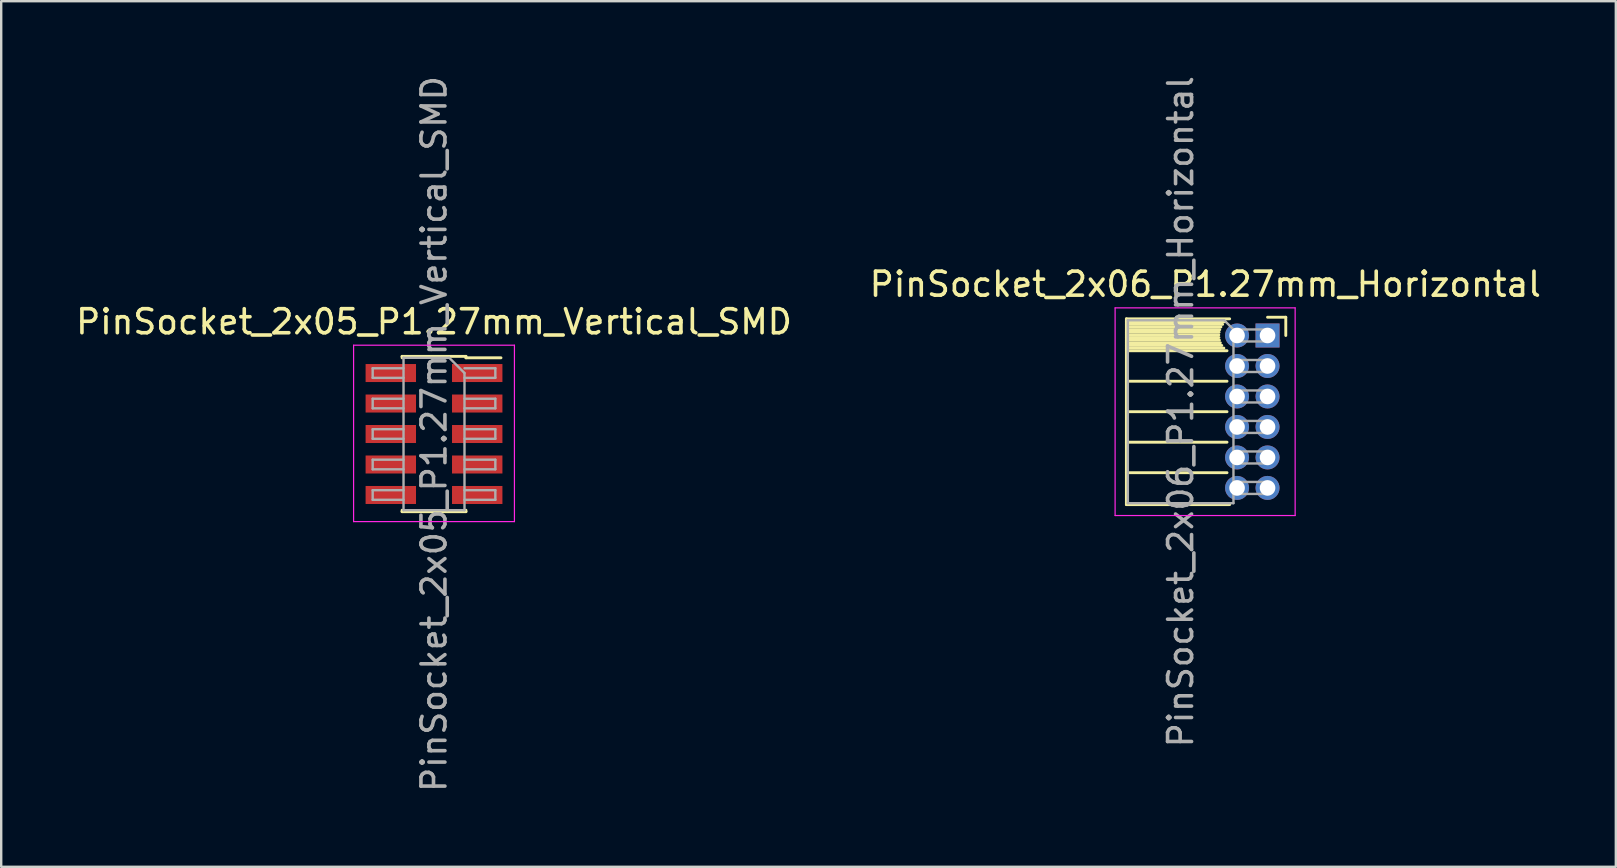
<source format=kicad_pcb>
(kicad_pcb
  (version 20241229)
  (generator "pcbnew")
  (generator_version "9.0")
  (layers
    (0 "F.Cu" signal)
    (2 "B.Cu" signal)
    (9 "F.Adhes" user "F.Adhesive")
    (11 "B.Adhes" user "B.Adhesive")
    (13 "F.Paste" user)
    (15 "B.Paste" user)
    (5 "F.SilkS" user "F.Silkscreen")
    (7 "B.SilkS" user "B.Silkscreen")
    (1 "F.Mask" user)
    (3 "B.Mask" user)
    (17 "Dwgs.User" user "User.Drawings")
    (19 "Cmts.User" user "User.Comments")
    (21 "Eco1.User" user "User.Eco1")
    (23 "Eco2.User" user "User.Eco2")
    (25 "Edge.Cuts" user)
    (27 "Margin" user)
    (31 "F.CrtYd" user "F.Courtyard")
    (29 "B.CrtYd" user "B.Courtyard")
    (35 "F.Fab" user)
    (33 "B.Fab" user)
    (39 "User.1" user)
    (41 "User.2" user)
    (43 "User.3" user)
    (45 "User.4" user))
  (footprint "PinSocket_2x06_P1.27mm_Horizontal"
    (layer "F.Cu")
    (at 49.753 10.926)
    (property "Reference" "PinSocket_2x06_P1.27mm_Horizontal" (at -2.592 -2.135 0) (layer "F.SilkS") (effects (font (size 1 1) (thickness 0.15))))
    (attr through_hole)
    (fp_line (start -5.88 -0.695) (end -5.88 7.045) (stroke (width 0.12) (type solid)) (layer "F.SilkS"))
    (fp_line (start -5.88 -0.695) (end -1.578 -0.695) (stroke (width 0.12) (type solid)) (layer "F.SilkS"))
    (fp_line (start -5.88 -0.575) (end -1.767 -0.575) (stroke (width 0.12) (type solid)) (layer "F.SilkS"))
    (fp_line (start -5.88 -0.465) (end -1.871 -0.465) (stroke (width 0.12) (type solid)) (layer "F.SilkS"))
    (fp_line (start -5.88 -0.355) (end -1.942 -0.355) (stroke (width 0.12) (type solid)) (layer "F.SilkS"))
    (fp_line (start -5.88 -0.245) (end -1.989 -0.245) (stroke (width 0.12) (type solid)) (layer "F.SilkS"))
    (fp_line (start -5.88 -0.135) (end -2.018 -0.135) (stroke (width 0.12) (type solid)) (layer "F.SilkS"))
    (fp_line (start -5.88 -0.025) (end -2.03 -0.025) (stroke (width 0.12) (type solid)) (layer "F.SilkS"))
    (fp_line (start -5.88 0.085) (end -2.025 0.085) (stroke (width 0.12) (type solid)) (layer "F.SilkS"))
    (fp_line (start -5.88 0.195) (end -2.005 0.195) (stroke (width 0.12) (type solid)) (layer "F.SilkS"))
    (fp_line (start -5.88 0.305) (end -1.966 0.305) (stroke (width 0.12) (type solid)) (layer "F.SilkS"))
    (fp_line (start -5.88 0.415) (end -1.907 0.415) (stroke (width 0.12) (type solid)) (layer "F.SilkS"))
    (fp_line (start -5.88 0.525) (end -1.82 0.525) (stroke (width 0.12) (type solid)) (layer "F.SilkS"))
    (fp_line (start -5.88 0.635) (end -1.688 0.635) (stroke (width 0.12) (type solid)) (layer "F.SilkS"))
    (fp_line (start -5.88 1.905) (end -1.688 1.905) (stroke (width 0.12) (type solid)) (layer "F.SilkS"))
    (fp_line (start -5.88 3.175) (end -1.688 3.175) (stroke (width 0.12) (type solid)) (layer "F.SilkS"))
    (fp_line (start -5.88 4.445) (end -1.688 4.445) (stroke (width 0.12) (type solid)) (layer "F.SilkS"))
    (fp_line (start -5.88 5.715) (end -1.688 5.715) (stroke (width 0.12) (type solid)) (layer "F.SilkS"))
    (fp_line (start -5.88 7.045) (end -1.578 7.045) (stroke (width 0.12) (type solid)) (layer "F.SilkS"))
    (fp_line (start 0 -0.76) (end 0.76 -0.76) (stroke (width 0.12) (type solid)) (layer "F.SilkS"))
    (fp_line (start 0.76 -0.76) (end 0.76 0) (stroke (width 0.12) (type solid)) (layer "F.SilkS"))
    (fp_line (start -6.35 -1.15) (end -6.35 7.5) (stroke (width 0.05) (type solid)) (layer "F.CrtYd"))
    (fp_line (start -6.35 7.5) (end 1.15 7.5) (stroke (width 0.05) (type solid)) (layer "F.CrtYd"))
    (fp_line (start 1.15 -1.15) (end -6.35 -1.15) (stroke (width 0.05) (type solid)) (layer "F.CrtYd"))
    (fp_line (start 1.15 7.5) (end 1.15 -1.15) (stroke (width 0.05) (type solid)) (layer "F.CrtYd"))
    (fp_line (start -5.82 -0.635) (end -1.805 -0.635) (stroke (width 0.1) (type solid)) (layer "F.Fab"))
    (fp_line (start -5.82 6.985) (end -5.82 -0.635) (stroke (width 0.1) (type solid)) (layer "F.Fab"))
    (fp_line (start -1.805 -0.635) (end -1.42 -0.25) (stroke (width 0.1) (type solid)) (layer "F.Fab"))
    (fp_line (start -1.42 -0.25) (end -1.42 6.985) (stroke (width 0.1) (type solid)) (layer "F.Fab"))
    (fp_line (start -1.42 0.25) (end 0 0.25) (stroke (width 0.1) (type solid)) (layer "F.Fab"))
    (fp_line (start -1.42 1.52) (end 0 1.52) (stroke (width 0.1) (type solid)) (layer "F.Fab"))
    (fp_line (start -1.42 2.79) (end 0 2.79) (stroke (width 0.1) (type solid)) (layer "F.Fab"))
    (fp_line (start -1.42 4.06) (end 0 4.06) (stroke (width 0.1) (type solid)) (layer "F.Fab"))
    (fp_line (start -1.42 5.33) (end 0 5.33) (stroke (width 0.1) (type solid)) (layer "F.Fab"))
    (fp_line (start -1.42 6.6) (end 0 6.6) (stroke (width 0.1) (type solid)) (layer "F.Fab"))
    (fp_line (start -1.42 6.985) (end -5.82 6.985) (stroke (width 0.1) (type solid)) (layer "F.Fab"))
    (fp_line (start 0 -0.25) (end -1.42 -0.25) (stroke (width 0.1) (type solid)) (layer "F.Fab"))
    (fp_line (start 0 0.25) (end 0 -0.25) (stroke (width 0.1) (type solid)) (layer "F.Fab"))
    (fp_line (start 0 1.02) (end -1.42 1.02) (stroke (width 0.1) (type solid)) (layer "F.Fab"))
    (fp_line (start 0 1.52) (end 0 1.02) (stroke (width 0.1) (type solid)) (layer "F.Fab"))
    (fp_line (start 0 2.29) (end -1.42 2.29) (stroke (width 0.1) (type solid)) (layer "F.Fab"))
    (fp_line (start 0 2.79) (end 0 2.29) (stroke (width 0.1) (type solid)) (layer "F.Fab"))
    (fp_line (start 0 3.56) (end -1.42 3.56) (stroke (width 0.1) (type solid)) (layer "F.Fab"))
    (fp_line (start 0 4.06) (end 0 3.56) (stroke (width 0.1) (type solid)) (layer "F.Fab"))
    (fp_line (start 0 4.83) (end -1.42 4.83) (stroke (width 0.1) (type solid)) (layer "F.Fab"))
    (fp_line (start 0 5.33) (end 0 4.83) (stroke (width 0.1) (type solid)) (layer "F.Fab"))
    (fp_line (start 0 6.1) (end -1.42 6.1) (stroke (width 0.1) (type solid)) (layer "F.Fab"))
    (fp_line (start 0 6.6) (end 0 6.1) (stroke (width 0.1) (type solid)) (layer "F.Fab"))
    (fp_text user "${REFERENCE}" (at -3.62 3.175 90) (layer "F.Fab") (effects (font (size 1 1) (thickness 0.15))))
    (pad "1" thru_hole rect (at 0 0) (size 1 1) (drill 0.65) (layers "*.Cu" "*.Mask"))
    (pad "2" thru_hole oval (at -1.27 0) (size 1 1) (drill 0.65) (layers "*.Cu" "*.Mask"))
    (pad "3" thru_hole oval (at 0 1.27) (size 1 1) (drill 0.65) (layers "*.Cu" "*.Mask"))
    (pad "4" thru_hole oval (at -1.27 1.27) (size 1 1) (drill 0.65) (layers "*.Cu" "*.Mask"))
    (pad "5" thru_hole oval (at 0 2.54) (size 1 1) (drill 0.65) (layers "*.Cu" "*.Mask"))
    (pad "6" thru_hole oval (at -1.27 2.54) (size 1 1) (drill 0.65) (layers "*.Cu" "*.Mask"))
    (pad "7" thru_hole oval (at 0 3.81) (size 1 1) (drill 0.65) (layers "*.Cu" "*.Mask"))
    (pad "8" thru_hole oval (at -1.27 3.81) (size 1 1) (drill 0.65) (layers "*.Cu" "*.Mask"))
    (pad "9" thru_hole oval (at 0 5.08) (size 1 1) (drill 0.65) (layers "*.Cu" "*.Mask"))
    (pad "10" thru_hole oval (at -1.27 5.08) (size 1 1) (drill 0.65) (layers "*.Cu" "*.Mask"))
    (pad "11" thru_hole oval (at 0 6.35) (size 1 1) (drill 0.65) (layers "*.Cu" "*.Mask"))
    (pad "12" thru_hole oval (at -1.27 6.35) (size 1 1) (drill 0.65) (layers "*.Cu" "*.Mask")))
  (footprint "PinSocket_2x05_P1.27mm_Vertical_SMD"
    (layer "F.Cu")
    (at 15.03 15.03)
    (property "Reference" "PinSocket_2x05_P1.27mm_Vertical_SMD" (at 0 -4.675 0) (layer "F.SilkS") (effects (font (size 1 1) (thickness 0.15))))
    (attr smd)
    (fp_line (start -1.33 -3.235) (end -1.33 -3.175) (stroke (width 0.12) (type solid)) (layer "F.SilkS"))
    (fp_line (start -1.33 -3.235) (end 1.33 -3.235) (stroke (width 0.12) (type solid)) (layer "F.SilkS"))
    (fp_line (start -1.33 3.175) (end -1.33 3.235) (stroke (width 0.12) (type solid)) (layer "F.SilkS"))
    (fp_line (start -1.33 3.235) (end 1.33 3.235) (stroke (width 0.12) (type solid)) (layer "F.SilkS"))
    (fp_line (start 1.33 -3.235) (end 1.33 -3.175) (stroke (width 0.12) (type solid)) (layer "F.SilkS"))
    (fp_line (start 1.33 -3.175) (end 2.79 -3.175) (stroke (width 0.12) (type solid)) (layer "F.SilkS"))
    (fp_line (start 1.33 3.175) (end 1.33 3.235) (stroke (width 0.12) (type solid)) (layer "F.SilkS"))
    (fp_line (start -3.35 -3.7) (end 3.35 -3.7) (stroke (width 0.05) (type solid)) (layer "F.CrtYd"))
    (fp_line (start -3.35 3.65) (end -3.35 -3.7) (stroke (width 0.05) (type solid)) (layer "F.CrtYd"))
    (fp_line (start 3.35 -3.7) (end 3.35 3.65) (stroke (width 0.05) (type solid)) (layer "F.CrtYd"))
    (fp_line (start 3.35 3.65) (end -3.35 3.65) (stroke (width 0.05) (type solid)) (layer "F.CrtYd"))
    (fp_line (start -2.555 -2.74) (end -1.27 -2.74) (stroke (width 0.1) (type solid)) (layer "F.Fab"))
    (fp_line (start -2.555 -2.34) (end -2.555 -2.74) (stroke (width 0.1) (type solid)) (layer "F.Fab"))
    (fp_line (start -2.555 -1.47) (end -1.27 -1.47) (stroke (width 0.1) (type solid)) (layer "F.Fab"))
    (fp_line (start -2.555 -1.07) (end -2.555 -1.47) (stroke (width 0.1) (type solid)) (layer "F.Fab"))
    (fp_line (start -2.555 -0.2) (end -1.27 -0.2) (stroke (width 0.1) (type solid)) (layer "F.Fab"))
    (fp_line (start -2.555 0.2) (end -2.555 -0.2) (stroke (width 0.1) (type solid)) (layer "F.Fab"))
    (fp_line (start -2.555 1.07) (end -1.27 1.07) (stroke (width 0.1) (type solid)) (layer "F.Fab"))
    (fp_line (start -2.555 1.47) (end -2.555 1.07) (stroke (width 0.1) (type solid)) (layer "F.Fab"))
    (fp_line (start -2.555 2.34) (end -1.27 2.34) (stroke (width 0.1) (type solid)) (layer "F.Fab"))
    (fp_line (start -2.555 2.74) (end -2.555 2.34) (stroke (width 0.1) (type solid)) (layer "F.Fab"))
    (fp_line (start -1.27 -3.175) (end 0.635 -3.175) (stroke (width 0.1) (type solid)) (layer "F.Fab"))
    (fp_line (start -1.27 -2.34) (end -2.555 -2.34) (stroke (width 0.1) (type solid)) (layer "F.Fab"))
    (fp_line (start -1.27 -1.07) (end -2.555 -1.07) (stroke (width 0.1) (type solid)) (layer "F.Fab"))
    (fp_line (start -1.27 0.2) (end -2.555 0.2) (stroke (width 0.1) (type solid)) (layer "F.Fab"))
    (fp_line (start -1.27 1.47) (end -2.555 1.47) (stroke (width 0.1) (type solid)) (layer "F.Fab"))
    (fp_line (start -1.27 2.74) (end -2.555 2.74) (stroke (width 0.1) (type solid)) (layer "F.Fab"))
    (fp_line (start -1.27 3.175) (end -1.27 -3.175) (stroke (width 0.1) (type solid)) (layer "F.Fab"))
    (fp_line (start 0.635 -3.175) (end 1.27 -2.54) (stroke (width 0.1) (type solid)) (layer "F.Fab"))
    (fp_line (start 1.27 -2.74) (end 2.555 -2.74) (stroke (width 0.1) (type solid)) (layer "F.Fab"))
    (fp_line (start 1.27 -2.54) (end 1.27 3.175) (stroke (width 0.1) (type solid)) (layer "F.Fab"))
    (fp_line (start 1.27 -1.47) (end 2.555 -1.47) (stroke (width 0.1) (type solid)) (layer "F.Fab"))
    (fp_line (start 1.27 -0.2) (end 2.555 -0.2) (stroke (width 0.1) (type solid)) (layer "F.Fab"))
    (fp_line (start 1.27 1.07) (end 2.555 1.07) (stroke (width 0.1) (type solid)) (layer "F.Fab"))
    (fp_line (start 1.27 2.34) (end 2.555 2.34) (stroke (width 0.1) (type solid)) (layer "F.Fab"))
    (fp_line (start 1.27 3.175) (end -1.27 3.175) (stroke (width 0.1) (type solid)) (layer "F.Fab"))
    (fp_line (start 2.555 -2.74) (end 2.555 -2.34) (stroke (width 0.1) (type solid)) (layer "F.Fab"))
    (fp_line (start 2.555 -2.34) (end 1.27 -2.34) (stroke (width 0.1) (type solid)) (layer "F.Fab"))
    (fp_line (start 2.555 -1.47) (end 2.555 -1.07) (stroke (width 0.1) (type solid)) (layer "F.Fab"))
    (fp_line (start 2.555 -1.07) (end 1.27 -1.07) (stroke (width 0.1) (type solid)) (layer "F.Fab"))
    (fp_line (start 2.555 -0.2) (end 2.555 0.2) (stroke (width 0.1) (type solid)) (layer "F.Fab"))
    (fp_line (start 2.555 0.2) (end 1.27 0.2) (stroke (width 0.1) (type solid)) (layer "F.Fab"))
    (fp_line (start 2.555 1.07) (end 2.555 1.47) (stroke (width 0.1) (type solid)) (layer "F.Fab"))
    (fp_line (start 2.555 1.47) (end 1.27 1.47) (stroke (width 0.1) (type solid)) (layer "F.Fab"))
    (fp_line (start 2.555 2.34) (end 2.555 2.74) (stroke (width 0.1) (type solid)) (layer "F.Fab"))
    (fp_line (start 2.555 2.74) (end 1.27 2.74) (stroke (width 0.1) (type solid)) (layer "F.Fab"))
    (fp_text user "${REFERENCE}" (at 0 0 90) (layer "F.Fab") (effects (font (size 1 1) (thickness 0.15))))
    (pad "1" smd rect (at 1.8 -2.54) (size 2.1 0.75) (layers "F.Cu" "F.Mask" "F.Paste"))
    (pad "2" smd rect (at -1.8 -2.54) (size 2.1 0.75) (layers "F.Cu" "F.Mask" "F.Paste"))
    (pad "3" smd rect (at 1.8 -1.27) (size 2.1 0.75) (layers "F.Cu" "F.Mask" "F.Paste"))
    (pad "4" smd rect (at -1.8 -1.27) (size 2.1 0.75) (layers "F.Cu" "F.Mask" "F.Paste"))
    (pad "5" smd rect (at 1.8 0) (size 2.1 0.75) (layers "F.Cu" "F.Mask" "F.Paste"))
    (pad "6" smd rect (at -1.8 0) (size 2.1 0.75) (layers "F.Cu" "F.Mask" "F.Paste"))
    (pad "7" smd rect (at 1.8 1.27) (size 2.1 0.75) (layers "F.Cu" "F.Mask" "F.Paste"))
    (pad "8" smd rect (at -1.8 1.27) (size 2.1 0.75) (layers "F.Cu" "F.Mask" "F.Paste"))
    (pad "9" smd rect (at 1.8 2.54) (size 2.1 0.75) (layers "F.Cu" "F.Mask" "F.Paste"))
    (pad "10" smd rect (at -1.8 2.54) (size 2.1 0.75) (layers "F.Cu" "F.Mask" "F.Paste")))
  (gr_rect
    (start -3 -3)
    (end 64.262 33.06)
    (stroke (width 0.1) (type default))
    (fill no)
    (layer "Edge.Cuts")))
</source>
